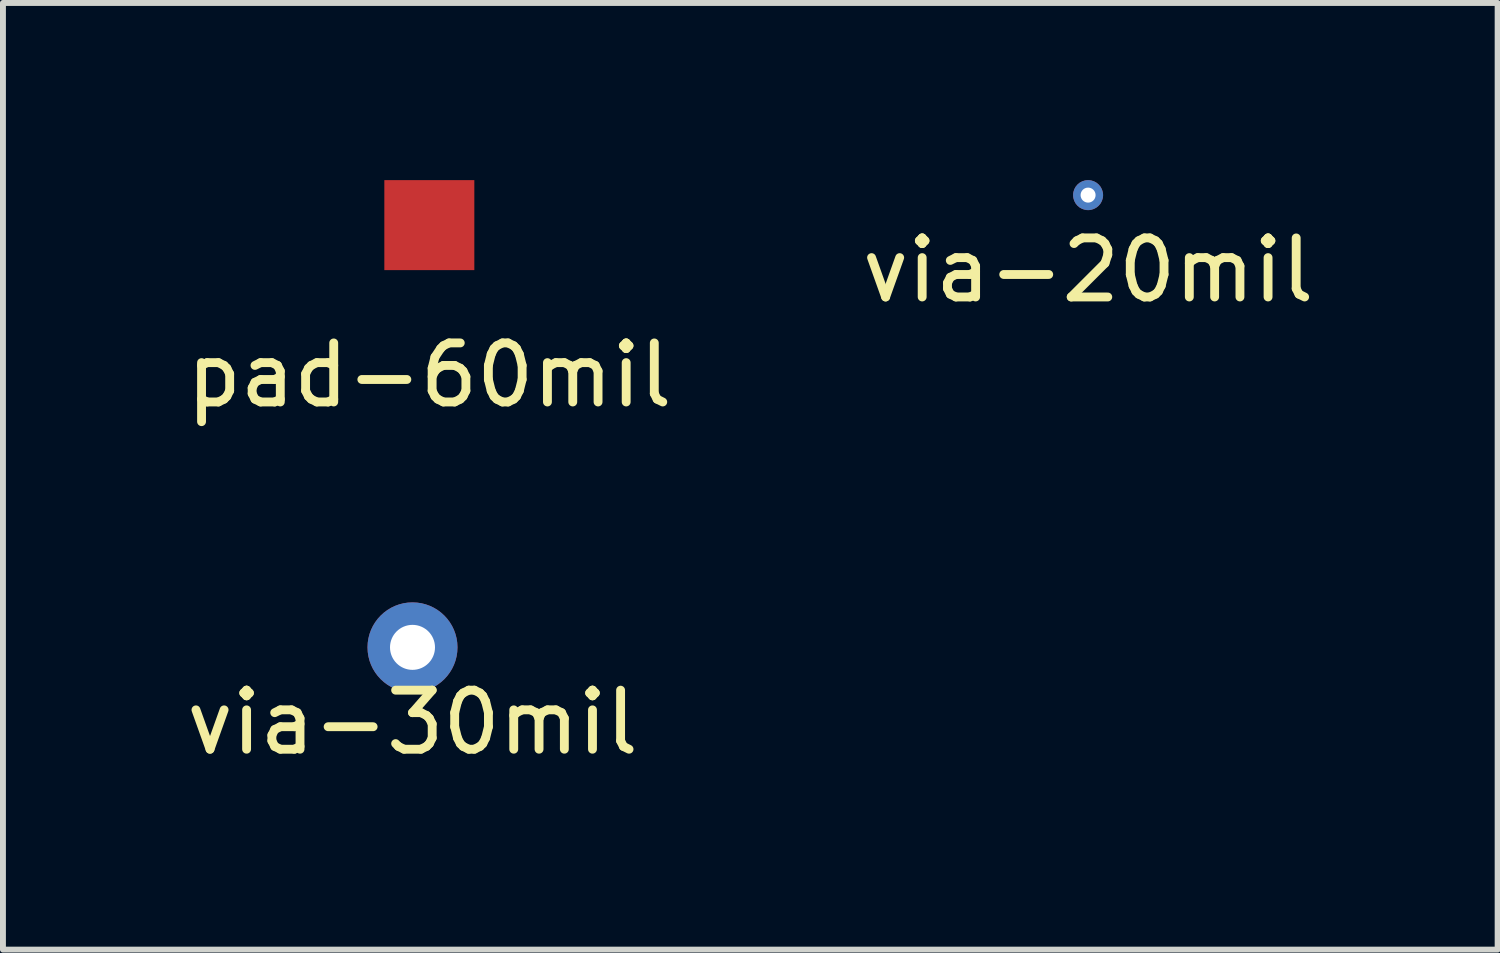
<source format=kicad_pcb>
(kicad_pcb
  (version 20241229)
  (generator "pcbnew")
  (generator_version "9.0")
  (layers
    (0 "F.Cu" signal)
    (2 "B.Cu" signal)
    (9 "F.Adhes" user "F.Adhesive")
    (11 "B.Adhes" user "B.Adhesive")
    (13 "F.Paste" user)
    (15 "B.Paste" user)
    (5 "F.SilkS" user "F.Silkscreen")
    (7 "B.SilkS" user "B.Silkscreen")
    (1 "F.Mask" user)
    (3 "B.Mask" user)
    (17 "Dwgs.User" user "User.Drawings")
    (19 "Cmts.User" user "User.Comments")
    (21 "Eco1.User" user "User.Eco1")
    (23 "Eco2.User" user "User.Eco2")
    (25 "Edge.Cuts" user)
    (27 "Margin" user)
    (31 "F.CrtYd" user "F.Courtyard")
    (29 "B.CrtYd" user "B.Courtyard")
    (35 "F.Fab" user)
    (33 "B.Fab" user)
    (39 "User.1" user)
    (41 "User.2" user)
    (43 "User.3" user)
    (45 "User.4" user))
  (footprint "via-30mil"
    (layer "F.Cu")
    (at 3.935 7.912)
    (property "Reference" "via-30mil" (at 0 1.27 0) (layer "F.SilkS") (effects (font (size 1 1) (thickness 0.15))))
    (attr through_hole)
    (pad "4" thru_hole circle (at 0 0) (size 1.524 1.524) (drill 0.762) (layers "*.Cu")))
  (footprint "pad-60mil"
    (layer "F.Cu")
    (at 4.22 0.762)
    (property "Reference" "pad-60mil" (at 0 2.54 0) (layer "F.SilkS") (effects (font (size 1 1) (thickness 0.15))))
    (attr through_hole)
    (pad "1" smd rect (at 0 0) (size 1.524 1.524) (layers "F.Cu" "F.Mask" "F.Paste")))
  (footprint "via-20mil"
    (layer "F.Cu")
    (at 15.375 0.254)
    (property "Reference" "via-20mil" (at 0 1.27 0) (layer "F.SilkS") (effects (font (size 1 1) (thickness 0.15))))
    (attr through_hole)
    (pad "3" thru_hole circle (at 0 0) (size 0.508 0.508) (drill 0.254) (layers "*.Cu")))
  (gr_rect
    (start -3 -3)
    (end 22.31 13.03)
    (stroke (width 0.1) (type default))
    (fill no)
    (layer "Edge.Cuts")))
</source>
